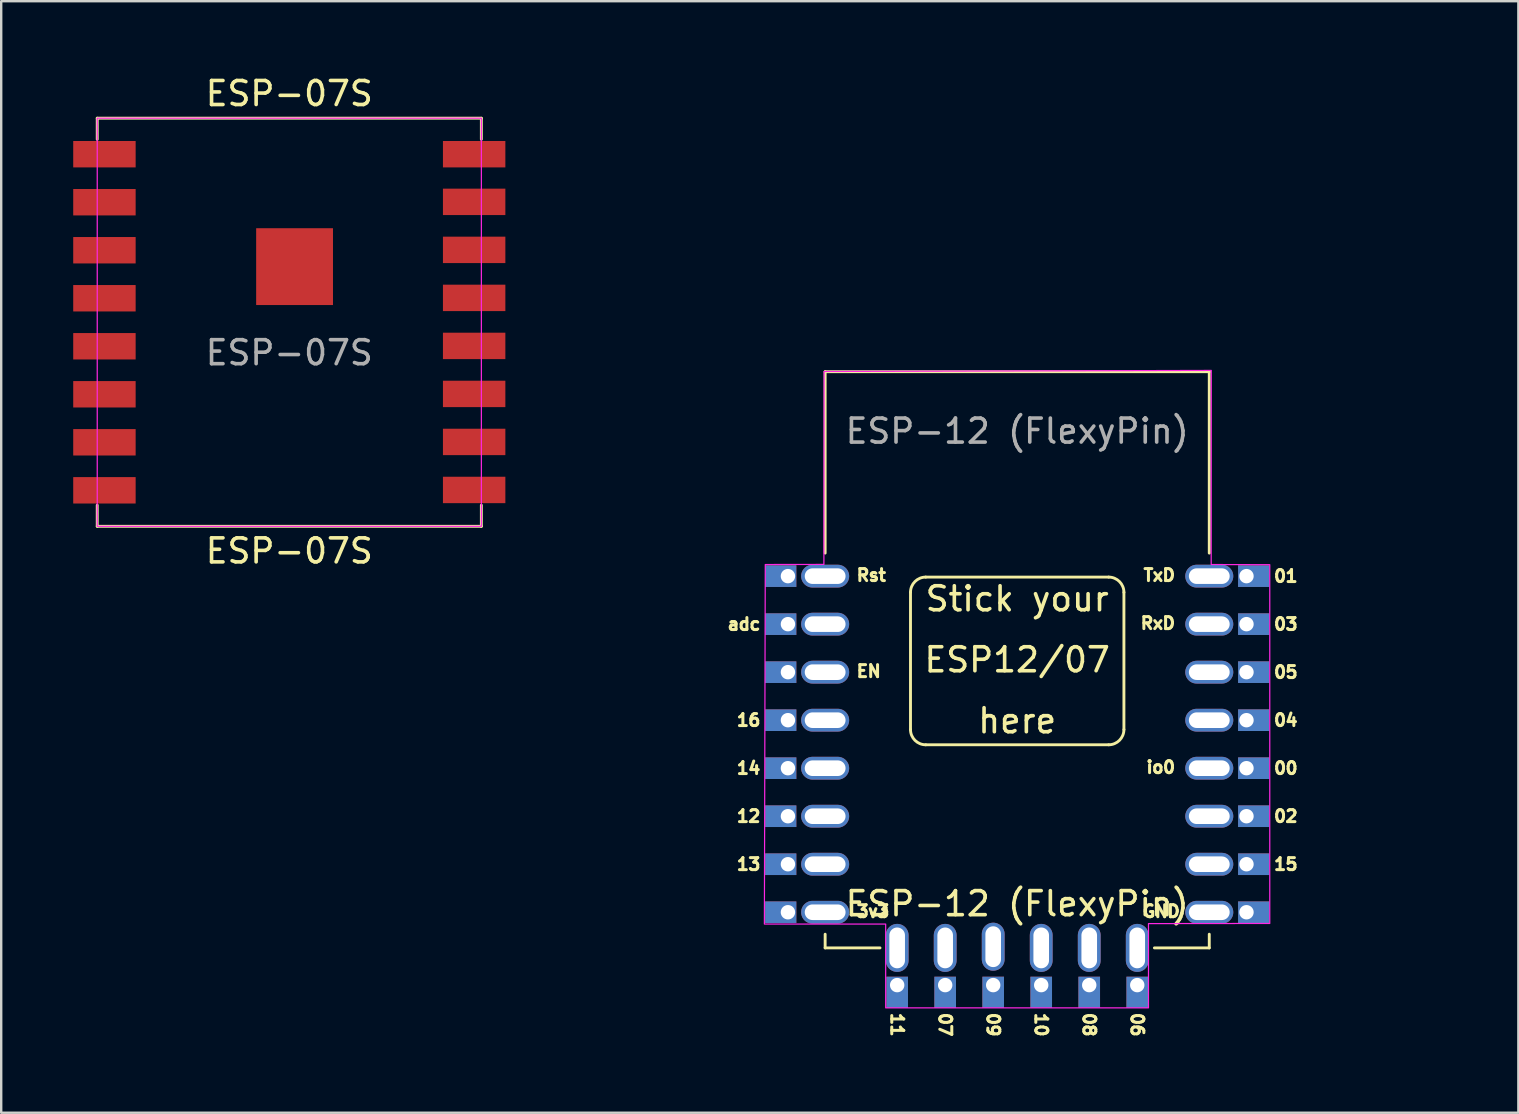
<source format=kicad_pcb>
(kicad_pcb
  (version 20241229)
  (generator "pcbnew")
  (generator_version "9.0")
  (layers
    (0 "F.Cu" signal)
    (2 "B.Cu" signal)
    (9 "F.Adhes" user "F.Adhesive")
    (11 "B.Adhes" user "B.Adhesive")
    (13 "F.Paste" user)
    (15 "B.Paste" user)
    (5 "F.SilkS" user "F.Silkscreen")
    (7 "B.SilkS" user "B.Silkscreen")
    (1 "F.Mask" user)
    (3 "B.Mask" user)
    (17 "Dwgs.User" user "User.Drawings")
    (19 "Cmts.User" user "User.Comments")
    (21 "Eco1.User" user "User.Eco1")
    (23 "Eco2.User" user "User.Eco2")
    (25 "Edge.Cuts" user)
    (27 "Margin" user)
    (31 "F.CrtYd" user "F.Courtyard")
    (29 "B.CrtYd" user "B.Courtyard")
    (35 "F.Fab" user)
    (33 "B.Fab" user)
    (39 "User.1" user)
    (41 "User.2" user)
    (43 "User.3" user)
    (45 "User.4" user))
  (footprint "ESP-07S"
    (layer "F.Cu")
    (at 9 10.373)
    (property "Reference" "ESP-07S" (at 0 9.525 0) (unlocked yes) (layer "F.SilkS") (effects (font (size 1 1) (thickness 0.15))))
    (attr smd)
    (fp_line (start -8 -8.5) (end -8 -7.62) (stroke (width 0.12) (type solid)) (layer "F.SilkS"))
    (fp_line (start -8 7.62) (end -8 8.5) (stroke (width 0.12) (type solid)) (layer "F.SilkS"))
    (fp_line (start -8 8.5) (end 8 8.5) (stroke (width 0.12) (type solid)) (layer "F.SilkS"))
    (fp_line (start 8 -8.5) (end -8 -8.5) (stroke (width 0.12) (type solid)) (layer "F.SilkS"))
    (fp_line (start 8 -7.62) (end 8 -8.5) (stroke (width 0.12) (type solid)) (layer "F.SilkS"))
    (fp_line (start 8 8.5) (end 8 7.62) (stroke (width 0.12) (type solid)) (layer "F.SilkS"))
    (fp_rect (start -8 -8.5) (end 8 8.5) (stroke (width 0.05) (type solid)) (fill no) (layer "F.CrtYd"))
    (fp_text user "ESP-07S" (at 0 -9.525 0) (unlocked yes) (layer "F.SilkS") (effects (font (size 1 1) (thickness 0.15))))
    (fp_text user "${REFERENCE}" (at 0 1.27 0) (unlocked yes) (layer "F.Fab") (effects (font (size 1 1) (thickness 0.15))))
    (pad "1" smd rect (at -7.7 -7) (size 2.6 1.1) (layers "F.Cu" "F.Mask" "F.Paste"))
    (pad "2" smd rect (at -7.7 -5) (size 2.6 1.1) (layers "F.Cu" "F.Mask" "F.Paste"))
    (pad "3" smd rect (at -7.7 -3) (size 2.6 1.1) (layers "F.Cu" "F.Mask" "F.Paste"))
    (pad "4" smd rect (at -7.7 -1) (size 2.6 1.1) (layers "F.Cu" "F.Mask" "F.Paste"))
    (pad "5" smd rect (at -7.7 1) (size 2.6 1.1) (layers "F.Cu" "F.Mask" "F.Paste"))
    (pad "6" smd rect (at -7.7 3) (size 2.6 1.1) (layers "F.Cu" "F.Mask" "F.Paste"))
    (pad "7" smd rect (at -7.7 5) (size 2.6 1.1) (layers "F.Cu" "F.Mask" "F.Paste"))
    (pad "8" smd rect (at -7.7 7) (size 2.6 1.1) (layers "F.Cu" "F.Mask" "F.Paste"))
    (pad "9" smd rect (at 7.7 6.985) (size 2.6 1.1) (layers "F.Cu" "F.Mask" "F.Paste"))
    (pad "10" smd rect (at 7.7 4.985) (size 2.6 1.1) (layers "F.Cu" "F.Mask" "F.Paste"))
    (pad "11" smd rect (at 7.7 2.985) (size 2.6 1.1) (layers "F.Cu" "F.Mask" "F.Paste"))
    (pad "12" smd rect (at 7.7 0.985) (size 2.6 1.1) (layers "F.Cu" "F.Mask" "F.Paste"))
    (pad "13" smd rect (at 7.7 -1.015) (size 2.6 1.1) (layers "F.Cu" "F.Mask" "F.Paste"))
    (pad "14" smd rect (at 7.7 -3.015) (size 2.6 1.1) (layers "F.Cu" "F.Mask" "F.Paste"))
    (pad "15" smd rect (at 7.7 -5.015) (size 2.6 1.1) (layers "F.Cu" "F.Mask" "F.Paste"))
    (pad "16" smd rect (at 7.7 -7) (size 2.6 1.1) (layers "F.Cu" "F.Mask" "F.Paste"))
    (pad "17" smd rect (at 0.22 -2.317) (size 3.2 3.2) (layers "F.Cu" "F.Mask" "F.Paste")))
  (footprint "ESP-12 (FlexyPin)"
    (layer "F.Cu")
    (at 39.32 24.433)
    (property "Reference" "ESP-12 (FlexyPin)" (at 0 10.16 0) (unlocked yes) (layer "F.SilkS") (effects (font (size 1 1) (thickness 0.15))))
    (attr through_hole)
    (fp_line (start -8 -12) (end -8 -4.445) (stroke (width 0.12) (type solid)) (layer "F.SilkS"))
    (fp_line (start -8 11.43) (end -8 12) (stroke (width 0.12) (type solid)) (layer "F.SilkS"))
    (fp_line (start -8 12) (end -5.715 12) (stroke (width 0.12) (type solid)) (layer "F.SilkS"))
    (fp_line (start -4.445 -2.81) (end -4.445 2.905) (stroke (width 0.12) (type solid)) (layer "F.SilkS"))
    (fp_line (start -3.81 -3.445) (end 3.81 -3.445) (stroke (width 0.12) (type solid)) (layer "F.SilkS"))
    (fp_line (start 3.81 3.54) (end -3.81 3.54) (stroke (width 0.12) (type solid)) (layer "F.SilkS"))
    (fp_line (start 4.445 -2.81) (end 4.445 2.905) (stroke (width 0.12) (type solid)) (layer "F.SilkS"))
    (fp_line (start 8 -12) (end -8 -12) (stroke (width 0.12) (type solid)) (layer "F.SilkS"))
    (fp_line (start 8 -4.445) (end 8 -12) (stroke (width 0.12) (type solid)) (layer "F.SilkS"))
    (fp_line (start 8 11.43) (end 8 12) (stroke (width 0.12) (type solid)) (layer "F.SilkS"))
    (fp_line (start 8 12) (end 5.715 12) (stroke (width 0.12) (type solid)) (layer "F.SilkS"))
    (fp_arc (start -4.445 -2.810001) (mid -4.259013 -3.259014) (end -3.81 -3.445001) (stroke (width 0.12) (type solid)) (layer "F.SilkS"))
    (fp_arc (start -3.81 3.54) (mid -4.259014 3.354013) (end -4.445 2.905) (stroke (width 0.12) (type solid)) (layer "F.SilkS"))
    (fp_arc (start 3.81 -3.445) (mid 4.259011 -3.259012) (end 4.445 -2.81) (stroke (width 0.12) (type solid)) (layer "F.SilkS"))
    (fp_arc (start 4.445 2.905001) (mid 4.259012 3.354012) (end 3.81 3.540001) (stroke (width 0.12) (type solid)) (layer "F.SilkS"))
    (fp_poly (pts (xy 8.08 -3.968) (xy 10.52 -3.962) (xy 10.52 10.982) (xy 5.468 10.988) (xy 5.468 14.498) (xy -5.479 14.498) (xy -5.479 11.007) (xy -10.531 11.007) (xy -10.494 -3.969) (xy -8.052 -3.973) (xy -8.042 -12.009) (xy 8.084 -12.054)) (stroke (width 0.05) (type solid)) (fill no) (layer "F.CrtYd"))
    (fp_text user "TxD" (at 6.644 -3.524 0) (layer "F.SilkS") (effects (font (size 0.5 0.5) (thickness 0.125)) (justify right)))
    (fp_text user "07" (at -3 14.64 270) (unlocked yes) (layer "F.SilkS") (effects (font (size 0.5 0.5) (thickness 0.125)) (justify left)))
    (fp_text user "Rst" (at -6.756 -3.524 0) (layer "F.SilkS") (effects (font (size 0.5 0.5) (thickness 0.125)) (justify left)))
    (fp_text user "11" (at -5 14.64 270) (unlocked yes) (layer "F.SilkS") (effects (font (size 0.5 0.5) (thickness 0.125)) (justify left)))
    (fp_text user "EN" (at -6.756 0.476 0) (layer "F.SilkS") (effects (font (size 0.5 0.5) (thickness 0.125)) (justify left)))
    (fp_text user "RxD" (at 6.644 -1.524 0) (layer "F.SilkS") (effects (font (size 0.5 0.5) (thickness 0.125)) (justify right)))
    (fp_text user "ESP12/07" (at 0 0 0) (unlocked yes) (layer "F.SilkS") (effects (font (size 1 1) (thickness 0.15))))
    (fp_text user "08" (at 3 14.64 270) (unlocked yes) (layer "F.SilkS") (effects (font (size 0.5 0.5) (thickness 0.125)) (justify left)))
    (fp_text user "00" (at 10.63 4.515 0) (unlocked yes) (layer "F.SilkS") (effects (font (size 0.5 0.5) (thickness 0.125)) (justify left)))
    (fp_text user "16" (at -10.63 2.515 0) (unlocked yes) (layer "F.SilkS") (effects (font (size 0.5 0.5) (thickness 0.125)) (justify right)))
    (fp_text user "io0" (at 6.644 4.476 0) (layer "F.SilkS") (effects (font (size 0.5 0.5) (thickness 0.125)) (justify right)))
    (fp_text user "GND" (at 6.844 10.476 0) (layer "F.SilkS") (effects (font (size 0.5 0.5) (thickness 0.125)) (justify right)))
    (fp_text user "here" (at 0 2.54 0) (unlocked yes) (layer "F.SilkS") (effects (font (size 1 1) (thickness 0.15))))
    (fp_text user "03" (at 10.63 -1.485 0) (unlocked yes) (layer "F.SilkS") (effects (font (size 0.5 0.5) (thickness 0.125)) (justify left)))
    (fp_text user "10" (at 1 14.64 270) (unlocked yes) (layer "F.SilkS") (effects (font (size 0.5 0.5) (thickness 0.125)) (justify left)))
    (fp_text user "adc" (at -10.63 -1.485 0) (unlocked yes) (layer "F.SilkS") (effects (font (size 0.5 0.5) (thickness 0.125)) (justify right)))
    (fp_text user "Stick your" (at 0 -2.54 0) (unlocked yes) (layer "F.SilkS") (effects (font (size 1 1) (thickness 0.15))))
    (fp_text user "06" (at 5 14.64 270) (unlocked yes) (layer "F.SilkS") (effects (font (size 0.5 0.5) (thickness 0.125)) (justify left)))
    (fp_text user "3v3" (at -6.756 10.476 0) (layer "F.SilkS") (effects (font (size 0.5 0.5) (thickness 0.125)) (justify left)))
    (fp_text user "02" (at 10.63 6.515 0) (unlocked yes) (layer "F.SilkS") (effects (font (size 0.5 0.5) (thickness 0.125)) (justify left)))
    (fp_text user "01" (at 10.63 -3.485 0) (unlocked yes) (layer "F.SilkS") (effects (font (size 0.5 0.5) (thickness 0.125)) (justify left)))
    (fp_text user "05" (at 10.63 0.515 0) (unlocked yes) (layer "F.SilkS") (effects (font (size 0.5 0.5) (thickness 0.125)) (justify left)))
    (fp_text user "09" (at -1 14.64 270) (unlocked yes) (layer "F.SilkS") (effects (font (size 0.5 0.5) (thickness 0.125)) (justify left)))
    (fp_text user "13" (at -10.63 8.515 0) (unlocked yes) (layer "F.SilkS") (effects (font (size 0.5 0.5) (thickness 0.125)) (justify right)))
    (fp_text user "04" (at 10.63 2.515 0) (unlocked yes) (layer "F.SilkS") (effects (font (size 0.5 0.5) (thickness 0.125)) (justify left)))
    (fp_text user "12" (at -10.63 6.515 0) (unlocked yes) (layer "F.SilkS") (effects (font (size 0.5 0.5) (thickness 0.125)) (justify right)))
    (fp_text user "14" (at -10.63 4.515 0) (unlocked yes) (layer "F.SilkS") (effects (font (size 0.5 0.5) (thickness 0.125)) (justify right)))
    (fp_text user "15" (at 10.63 8.515 0) (unlocked yes) (layer "F.SilkS") (effects (font (size 0.5 0.5) (thickness 0.125)) (justify left)))
    (fp_text user "${REFERENCE}" (at 0 -9.525 0) (unlocked yes) (layer "F.Fab") (effects (font (size 1 1) (thickness 0.15))))
    (pad "1" thru_hole rect (at -9.55 -3.485) (size 1.3 0.9) (drill 0.6 (offset -0.3 0)) (layers "*.Cu" "*.Mask"))
    (pad "1" thru_hole oval (at -8 -3.485) (size 2 0.95) (drill oval 1.7 0.65) (layers "*.Cu" "*.Mask"))
    (pad "2" thru_hole rect (at -9.55 -1.485) (size 1.3 0.9) (drill 0.6 (offset -0.3 0)) (layers "*.Cu" "*.Mask"))
    (pad "2" thru_hole oval (at -8 -1.485) (size 2 0.95) (drill oval 1.7 0.65) (layers "*.Cu" "*.Mask"))
    (pad "3" thru_hole rect (at -9.55 0.515) (size 1.3 0.9) (drill 0.6 (offset -0.3 0)) (layers "*.Cu" "*.Mask"))
    (pad "3" thru_hole oval (at -8 0.515) (size 2 0.95) (drill oval 1.7 0.65) (layers "*.Cu" "*.Mask"))
    (pad "4" thru_hole rect (at -9.55 2.515) (size 1.3 0.9) (drill 0.6 (offset -0.3 0)) (layers "*.Cu" "*.Mask"))
    (pad "4" thru_hole oval (at -8 2.515) (size 2 0.95) (drill oval 1.7 0.65) (layers "*.Cu" "*.Mask"))
    (pad "5" thru_hole rect (at -9.55 4.515) (size 1.3 0.9) (drill 0.6 (offset -0.3 0)) (layers "*.Cu" "*.Mask"))
    (pad "5" thru_hole oval (at -8 4.515) (size 2 0.95) (drill oval 1.7 0.65) (layers "*.Cu" "*.Mask"))
    (pad "6" thru_hole rect (at -9.55 6.515) (size 1.3 0.9) (drill 0.6 (offset -0.3 0)) (layers "*.Cu" "*.Mask"))
    (pad "6" thru_hole oval (at -8 6.515) (size 2 0.95) (drill oval 1.7 0.65) (layers "*.Cu" "*.Mask"))
    (pad "7" thru_hole rect (at -9.55 8.515) (size 1.3 0.9) (drill 0.6 (offset -0.3 0)) (layers "*.Cu" "*.Mask"))
    (pad "7" thru_hole oval (at -8 8.515) (size 2 0.95) (drill oval 1.7 0.65) (layers "*.Cu" "*.Mask"))
    (pad "8" thru_hole rect (at -9.55 10.515) (size 1.3 0.9) (drill 0.6 (offset -0.3 0)) (layers "*.Cu" "*.Mask"))
    (pad "8" thru_hole oval (at -8 10.515) (size 2 0.95) (drill oval 1.7 0.65) (layers "*.Cu" "*.Mask"))
    (pad "9" thru_hole oval (at 8 10.515 180) (size 2 0.95) (drill oval 1.7 0.65) (layers "*.Cu" "*.Mask"))
    (pad "9" thru_hole rect (at 9.55 10.515 180) (size 1.3 0.9) (drill 0.6 (offset -0.3 0)) (layers "*.Cu" "*.Mask"))
    (pad "10" thru_hole oval (at 8 8.515 180) (size 2 0.95) (drill oval 1.7 0.65) (layers "*.Cu" "*.Mask"))
    (pad "10" thru_hole rect (at 9.55 8.515 180) (size 1.3 0.9) (drill 0.6 (offset -0.3 0)) (layers "*.Cu" "*.Mask"))
    (pad "11" thru_hole oval (at 8 6.515 180) (size 2 0.95) (drill oval 1.7 0.65) (layers "*.Cu" "*.Mask"))
    (pad "11" thru_hole rect (at 9.55 6.515 180) (size 1.3 0.9) (drill 0.6 (offset -0.3 0)) (layers "*.Cu" "*.Mask"))
    (pad "12" thru_hole oval (at 8 4.515 180) (size 2 0.95) (drill oval 1.7 0.65) (layers "*.Cu" "*.Mask"))
    (pad "12" thru_hole rect (at 9.55 4.515 180) (size 1.3 0.9) (drill 0.6 (offset -0.3 0)) (layers "*.Cu" "*.Mask"))
    (pad "13" thru_hole oval (at 8 2.515 180) (size 2 0.95) (drill oval 1.7 0.65) (layers "*.Cu" "*.Mask"))
    (pad "13" thru_hole rect (at 9.55 2.515 180) (size 1.3 0.9) (drill 0.6 (offset -0.3 0)) (layers "*.Cu" "*.Mask"))
    (pad "14" thru_hole oval (at 8 0.515 180) (size 2 0.95) (drill oval 1.7 0.65) (layers "*.Cu" "*.Mask"))
    (pad "14" thru_hole rect (at 9.55 0.515 180) (size 1.3 0.9) (drill 0.6 (offset -0.3 0)) (layers "*.Cu" "*.Mask"))
    (pad "15" thru_hole oval (at 8 -1.485 180) (size 2 0.95) (drill oval 1.7 0.65) (layers "*.Cu" "*.Mask"))
    (pad "15" thru_hole rect (at 9.55 -1.485 180) (size 1.3 0.9) (drill 0.6 (offset -0.3 0)) (layers "*.Cu" "*.Mask"))
    (pad "16" thru_hole oval (at 8 -3.485 180) (size 2 0.95) (drill oval 1.7 0.65) (layers "*.Cu" "*.Mask"))
    (pad "16" thru_hole rect (at 9.55 -3.485 180) (size 1.3 0.9) (drill 0.6 (offset -0.3 0)) (layers "*.Cu" "*.Mask"))
    (pad "17" thru_hole oval (at -5 12 90) (size 2 0.95) (drill oval 1.7 0.65) (layers "*.Cu" "*.Mask"))
    (pad "17" thru_hole rect (at -5 13.55 90) (size 1.3 0.9) (drill 0.6 (offset -0.3 0)) (layers "*.Cu" "*.Mask"))
    (pad "18" thru_hole oval (at -3 12 90) (size 2 0.95) (drill oval 1.7 0.65) (layers "*.Cu" "*.Mask"))
    (pad "18" thru_hole rect (at -3 13.55 90) (size 1.3 0.9) (drill 0.6 (offset -0.3 0)) (layers "*.Cu" "*.Mask"))
    (pad "19" thru_hole oval (at -1 11.95 90) (size 2 0.95) (drill oval 1.7 0.65) (layers "*.Cu" "*.Mask"))
    (pad "19" thru_hole rect (at -1 13.55 90) (size 1.3 0.9) (drill 0.6 (offset -0.3 0)) (layers "*.Cu" "*.Mask"))
    (pad "20" thru_hole oval (at 1 12 90) (size 2 0.95) (drill oval 1.7 0.65) (layers "*.Cu" "*.Mask"))
    (pad "20" thru_hole rect (at 1 13.55 90) (size 1.3 0.9) (drill 0.6 (offset -0.3 0)) (layers "*.Cu" "*.Mask"))
    (pad "21" thru_hole oval (at 3 12 90) (size 2 0.95) (drill oval 1.7 0.65) (layers "*.Cu" "*.Mask"))
    (pad "21" thru_hole rect (at 3 13.55 90) (size 1.3 0.9) (drill 0.6 (offset -0.3 0)) (layers "*.Cu" "*.Mask"))
    (pad "22" thru_hole oval (at 5 12 90) (size 2 0.95) (drill oval 1.7 0.65) (layers "*.Cu" "*.Mask"))
    (pad "22" thru_hole rect (at 5 13.55 90) (size 1.3 0.9) (drill 0.6 (offset -0.3 0)) (layers "*.Cu" "*.Mask"))
    (zone (net_name "") (layers "F.Cu" "B.Cu") (name "Antenna") (hatch full 0.508) (connect_pads) (min_thickness 0.254) (filled_areas_thickness no) (keepout (tracks not_allowed) (vias not_allowed) (pads not_allowed) (copperpour not_allowed) (footprints allowed)) (placement (enabled no)) (fill) (polygon (pts (xy 57.195 19.05) (xy 21 19.05) (xy 21 0) (xy 57.195 0)))))
  (gr_rect
    (start -3 -3)
    (end 60.195 43.3)
    (stroke (width 0.1) (type default))
    (fill no)
    (layer "Edge.Cuts")))
</source>
